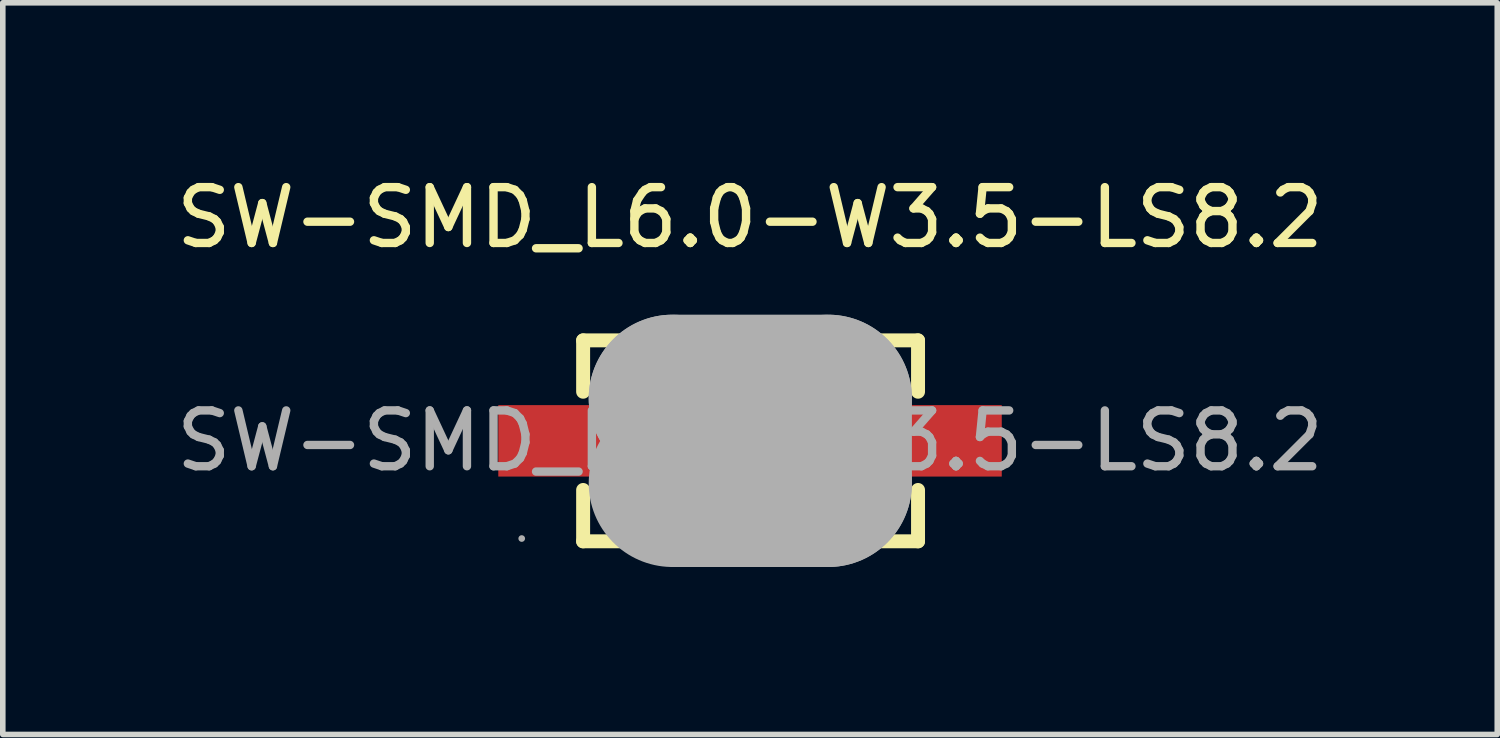
<source format=kicad_pcb>
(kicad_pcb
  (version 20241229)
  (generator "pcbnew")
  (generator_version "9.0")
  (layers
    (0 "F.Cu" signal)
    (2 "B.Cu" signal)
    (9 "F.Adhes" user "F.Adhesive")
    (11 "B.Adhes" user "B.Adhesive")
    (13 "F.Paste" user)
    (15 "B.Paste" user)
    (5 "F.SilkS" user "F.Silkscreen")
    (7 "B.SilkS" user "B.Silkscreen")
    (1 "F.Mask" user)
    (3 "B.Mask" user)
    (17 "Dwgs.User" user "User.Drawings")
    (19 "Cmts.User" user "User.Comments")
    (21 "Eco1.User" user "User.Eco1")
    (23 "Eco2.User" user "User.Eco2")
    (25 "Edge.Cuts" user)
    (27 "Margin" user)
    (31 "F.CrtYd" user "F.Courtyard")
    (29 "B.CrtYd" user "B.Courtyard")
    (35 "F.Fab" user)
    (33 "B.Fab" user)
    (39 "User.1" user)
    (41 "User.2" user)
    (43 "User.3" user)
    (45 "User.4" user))
  (footprint "SW-SMD_L6.0-W3.5-LS8.2"
    (layer "F.Cu")
    (at 10.387 4.848)
    (property "Reference" "SW-SMD_L6.0-W3.5-LS8.2" (at 0 -4 0) (layer "F.SilkS") (effects (font (size 1 1) (thickness 0.15))))
    (attr smd)
    (fp_line (start -2.99 -1.8) (end -2.99 -0.88) (stroke (width 0.25) (type solid)) (layer "F.SilkS"))
    (fp_line (start -2.99 -1.8) (end 3.01 -1.8) (stroke (width 0.25) (type solid)) (layer "F.SilkS"))
    (fp_line (start -2.99 0.88) (end -2.99 1.8) (stroke (width 0.25) (type solid)) (layer "F.SilkS"))
    (fp_line (start -2.53 -1.14) (end -1.9 -1.14) (stroke (width 0.25) (type solid)) (layer "F.SilkS"))
    (fp_line (start -2.53 -0.87) (end -2.53 -1.14) (stroke (width 0.25) (type solid)) (layer "F.SilkS"))
    (fp_line (start -2.53 1.14) (end -2.53 0.87) (stroke (width 0.25) (type solid)) (layer "F.SilkS"))
    (fp_line (start -1.9 -1.14) (end -1.9 1.02) (stroke (width 0.25) (type solid)) (layer "F.SilkS"))
    (fp_line (start -1.9 1.02) (end -1.9 1.14) (stroke (width 0.25) (type solid)) (layer "F.SilkS"))
    (fp_line (start -1.9 1.14) (end -2.53 1.14) (stroke (width 0.25) (type solid)) (layer "F.SilkS"))
    (fp_line (start 1.91 -1.14) (end 1.91 1.14) (stroke (width 0.25) (type solid)) (layer "F.SilkS"))
    (fp_line (start 1.91 1.14) (end 2.55 1.14) (stroke (width 0.25) (type solid)) (layer "F.SilkS"))
    (fp_line (start 2.55 -1.14) (end 1.91 -1.14) (stroke (width 0.25) (type solid)) (layer "F.SilkS"))
    (fp_line (start 2.55 -1.02) (end 2.55 -1.14) (stroke (width 0.25) (type solid)) (layer "F.SilkS"))
    (fp_line (start 2.55 -0.87) (end 2.55 -1.02) (stroke (width 0.25) (type solid)) (layer "F.SilkS"))
    (fp_line (start 2.55 1.14) (end 2.55 0.87) (stroke (width 0.25) (type solid)) (layer "F.SilkS"))
    (fp_line (start 3.01 -0.88) (end 3.01 -1.8) (stroke (width 0.25) (type solid)) (layer "F.SilkS"))
    (fp_line (start 3.01 1.8) (end -2.99 1.8) (stroke (width 0.25) (type solid)) (layer "F.SilkS"))
    (fp_line (start 3.01 1.8) (end 3.01 0.88) (stroke (width 0.25) (type solid)) (layer "F.SilkS"))
    (fp_line (start -1.39 -0.76) (end -1.39 -0.76) (stroke (width 3) (type solid)) (layer "F.Fab"))
    (fp_line (start -1.39 -0.76) (end 1.4 -0.76) (stroke (width 3) (type solid)) (layer "F.Fab"))
    (fp_line (start 1.4 -0.76) (end 1.4 0.76) (stroke (width 3) (type solid)) (layer "F.Fab"))
    (fp_line (start 1.4 0.76) (end -1.39 0.76) (stroke (width 3) (type solid)) (layer "F.Fab"))
    (fp_circle (center -4.09 1.75) (end -4.06 1.75) (stroke (width 0.06) (type solid)) (fill no) (layer "F.Fab"))
    (fp_text user "${REFERENCE}" (at 0 0 0) (layer "F.Fab") (effects (font (size 1 1) (thickness 0.15))))
    (pad "1" smd rect (at -3.3 0) (size 2.42 1.28) (layers "F.Cu" "F.Mask" "F.Paste"))
    (pad "2" smd rect (at 3.3 0) (size 2.42 1.28) (layers "F.Cu" "F.Mask" "F.Paste")))
  (gr_rect
    (start -3 -3)
    (end 23.774 10.108)
    (stroke (width 0.1) (type default))
    (fill no)
    (layer "Edge.Cuts")))
</source>
